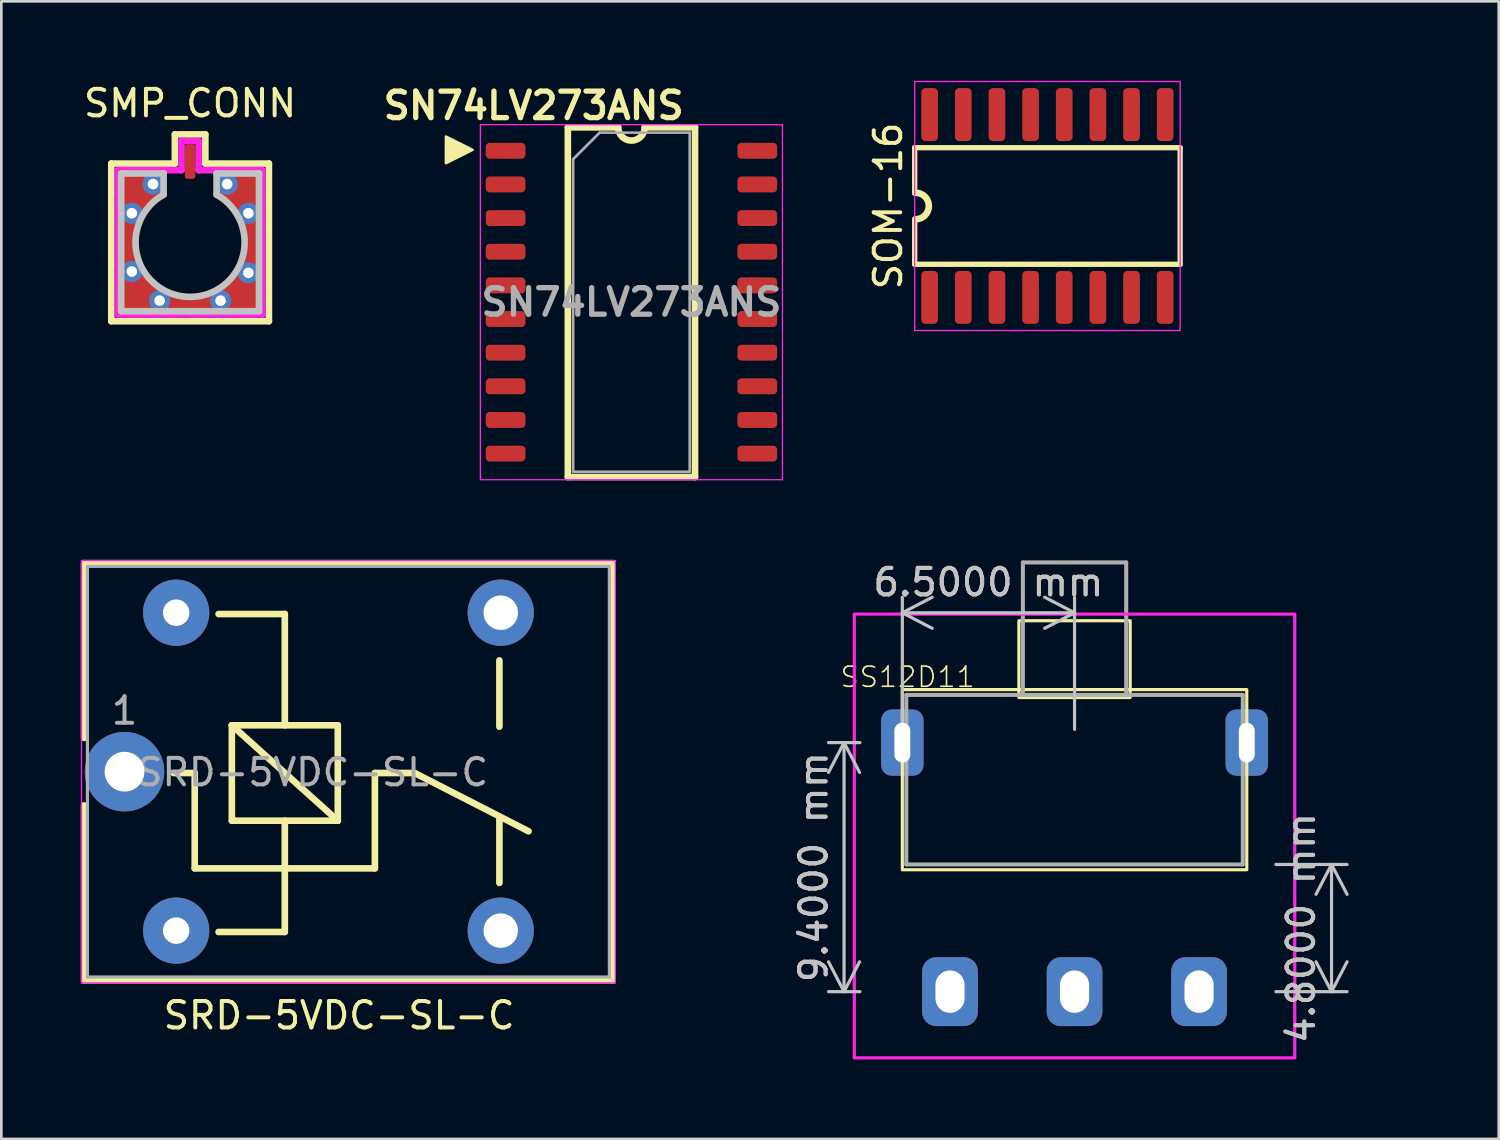
<source format=kicad_pcb>
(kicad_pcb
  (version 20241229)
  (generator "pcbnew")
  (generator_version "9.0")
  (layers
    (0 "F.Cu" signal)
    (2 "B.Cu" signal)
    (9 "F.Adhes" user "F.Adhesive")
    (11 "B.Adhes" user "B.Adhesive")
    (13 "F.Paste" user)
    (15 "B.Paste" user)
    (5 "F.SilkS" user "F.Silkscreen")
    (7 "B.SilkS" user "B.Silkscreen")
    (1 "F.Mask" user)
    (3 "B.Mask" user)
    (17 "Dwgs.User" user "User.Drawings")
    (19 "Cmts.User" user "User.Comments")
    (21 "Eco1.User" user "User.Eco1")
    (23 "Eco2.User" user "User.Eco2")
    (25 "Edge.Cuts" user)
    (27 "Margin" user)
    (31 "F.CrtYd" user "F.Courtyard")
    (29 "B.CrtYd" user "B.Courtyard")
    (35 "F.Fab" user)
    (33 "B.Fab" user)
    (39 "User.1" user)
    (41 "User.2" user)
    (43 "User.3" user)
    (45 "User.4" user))
  (footprint "SS12D11"
    (layer "F.Cu")
    (at 37.508 34.379)
    (property "Reference" "SS12D11" (at -8.89 -11.43 180) (layer "F.SilkS") (effects (font (size 0.76 0.76) (thickness 0.061)) (justify left bottom)))
    (attr through_hole)
    (fp_rect (start -6.5 -11.4) (end 6.5 -4.6) (stroke (width 0.12) (type default)) (fill no) (layer "F.SilkS"))
    (fp_rect (start -2.1 -14) (end 2.1 -11.1) (stroke (width 0.12) (type default)) (fill no) (layer "F.SilkS"))
    (fp_rect (start -8.312 -14.25) (end 8.312 2.5) (stroke (width 0.12) (type default)) (fill no) (layer "F.CrtYd"))
    (fp_line (start -6.35 -11.2) (end -6.35 -4.8) (stroke (width 0.152) (type solid)) (layer "F.Fab"))
    (fp_line (start -6.35 -4.8) (end 6.35 -4.8) (stroke (width 0.152) (type solid)) (layer "F.Fab"))
    (fp_line (start -1.95 -16.2) (end 1.95 -16.2) (stroke (width 0.152) (type solid)) (layer "F.Fab"))
    (fp_line (start -1.95 -11.2) (end -6.35 -11.2) (stroke (width 0.152) (type solid)) (layer "F.Fab"))
    (fp_line (start -1.95 -11.2) (end -1.95 -16.2) (stroke (width 0.152) (type solid)) (layer "F.Fab"))
    (fp_line (start 1.95 -16.2) (end 1.95 -11.2) (stroke (width 0.152) (type solid)) (layer "F.Fab"))
    (fp_line (start 1.95 -11.2) (end -1.95 -11.2) (stroke (width 0.152) (type solid)) (layer "F.Fab"))
    (fp_line (start 6.35 -11.2) (end 1.95 -11.2) (stroke (width 0.152) (type solid)) (layer "F.Fab"))
    (fp_line (start 6.35 -4.8) (end 6.35 -11.2) (stroke (width 0.152) (type solid)) (layer "F.Fab"))
    (dimension (type aligned) (layer "Dwgs.User") (pts (xy 29.908 34.379) (xy 29.908 24.979)) (height -1.1) (format (prefix "") (suffix "") (units 3) (units_format 1) (precision 4)) (style (thickness 0.12) (arrow_length 1.27) (text_position_mode 0) (arrow_direction outward) (extension_height 0.586) (extension_offset 0.5) (keep_text_aligned yes)) (gr_text "9.4000 mm" (at 27.658 29.679 90) (layer "Dwgs.User") (effects (font (size 1 1) (thickness 0.15)))))
    (dimension (type aligned) (layer "Dwgs.User") (pts (xy 44.608 34.379) (xy 44.608 29.579)) (height 2.6) (format (prefix "") (suffix "") (units 3) (units_format 1) (precision 4)) (style (thickness 0.12) (arrow_length 1.27) (text_position_mode 0) (arrow_direction outward) (extension_height 0.586) (extension_offset 0.5) (keep_text_aligned yes)) (gr_text "4.8000 mm" (at 46.058 31.979 90) (layer "Dwgs.User") (effects (font (size 1 1) (thickness 0.15)))))
    (dimension (type aligned) (layer "Dwgs.User") (pts (xy 37.508 24.979) (xy 31.008 24.979)) (height 4.9) (format (prefix "") (suffix "") (units 3) (units_format 1) (precision 4)) (style (thickness 0.12) (arrow_length 1.27) (text_position_mode 0) (arrow_direction outward) (extension_height 0.586) (extension_offset 0.5) (keep_text_aligned yes)) (gr_text "6.5000 mm" (at 34.258 18.929 0) (layer "Dwgs.User") (effects (font (size 1 1) (thickness 0.15)))))
    (pad "1" thru_hole roundrect (at -6.5 -9.4) (size 1.6 2.5) (drill oval 0.6 1.5) (layers "*.Cu" "*.Mask") (roundrect_rratio 0.25))
    (pad "1" thru_hole roundrect (at 6.5 -9.4) (size 1.6 2.5) (drill oval 0.6 1.5) (layers "*.Cu" "*.Mask") (roundrect_rratio 0.25))
    (pad "P1" thru_hole roundrect (at 4.7 0 90) (size 2.6 2.1) (drill oval 1.6 1.1) (layers "*.Cu" "*.Mask") (roundrect_rratio 0.25))
    (pad "P2" thru_hole roundrect (at 0 0 90) (size 2.6 2.1) (drill oval 1.6 1.1) (layers "*.Cu" "*.Mask") (roundrect_rratio 0.25))
    (pad "P3" thru_hole roundrect (at -4.7 0 90) (size 2.6 2.1) (drill oval 1.6 1.1) (layers "*.Cu" "*.Mask") (roundrect_rratio 0.25)))
  (footprint "SRD-5VDC-SL-C"
    (layer "F.Cu")
    (at 1.65 26.076)
    (property "Reference" "SRD-5VDC-SL-C" (at 8.1 9.2 0) (layer "F.SilkS") (effects (font (size 1 1) (thickness 0.15))))
    (attr through_hole)
    (fp_line (start -1.525 -7.87) (end -1.525 -1.275) (stroke (width 0.25) (type solid)) (layer "F.SilkS"))
    (fp_line (start -1.525 -7.87) (end 18.425 -7.87) (stroke (width 0.25) (type solid)) (layer "F.SilkS"))
    (fp_line (start -1.525 1.275) (end -1.525 7.875) (stroke (width 0.25) (type solid)) (layer "F.SilkS"))
    (fp_line (start 2.65 0.05) (end 1.85 0.05) (stroke (width 0.25) (type solid)) (layer "F.SilkS"))
    (fp_line (start 2.65 0.05) (end 2.65 3.65) (stroke (width 0.25) (type solid)) (layer "F.SilkS"))
    (fp_line (start 3.55 6.05) (end 6.05 6.05) (stroke (width 0.25) (type solid)) (layer "F.SilkS"))
    (fp_line (start 4.05 -1.75) (end 8.05 -1.75) (stroke (width 0.25) (type solid)) (layer "F.SilkS"))
    (fp_line (start 4.05 1.85) (end 4.05 -1.75) (stroke (width 0.25) (type solid)) (layer "F.SilkS"))
    (fp_line (start 6.05 -5.95) (end 3.55 -5.95) (stroke (width 0.25) (type solid)) (layer "F.SilkS"))
    (fp_line (start 6.05 -5.95) (end 6.05 -1.75) (stroke (width 0.25) (type solid)) (layer "F.SilkS"))
    (fp_line (start 6.05 1.85) (end 6.05 6.05) (stroke (width 0.25) (type solid)) (layer "F.SilkS"))
    (fp_line (start 8.05 -1.75) (end 8.05 1.85) (stroke (width 0.25) (type solid)) (layer "F.SilkS"))
    (fp_line (start 8.05 1.85) (end 4.05 -1.75) (stroke (width 0.25) (type solid)) (layer "F.SilkS"))
    (fp_line (start 8.05 1.85) (end 4.05 1.85) (stroke (width 0.25) (type solid)) (layer "F.SilkS"))
    (fp_line (start 9.45 0.05) (end 9.45 3.65) (stroke (width 0.25) (type solid)) (layer "F.SilkS"))
    (fp_line (start 9.45 0.05) (end 10.95 0.05) (stroke (width 0.25) (type solid)) (layer "F.SilkS"))
    (fp_line (start 9.45 3.65) (end 2.65 3.65) (stroke (width 0.25) (type solid)) (layer "F.SilkS"))
    (fp_line (start 10.95 0.05) (end 15.25 2.25) (stroke (width 0.25) (type solid)) (layer "F.SilkS"))
    (fp_line (start 14.15 -4.2) (end 14.15 -1.7) (stroke (width 0.25) (type solid)) (layer "F.SilkS"))
    (fp_line (start 14.15 4.2) (end 14.15 1.75) (stroke (width 0.25) (type solid)) (layer "F.SilkS"))
    (fp_line (start 18.425 -7.87) (end 18.425 7.875) (stroke (width 0.25) (type solid)) (layer "F.SilkS"))
    (fp_line (start 18.425 7.875) (end -1.525 7.875) (stroke (width 0.25) (type solid)) (layer "F.SilkS"))
    (fp_line (start -1.625 7.975) (end -1.625 -7.97) (stroke (width 0.05) (type solid)) (layer "F.CrtYd"))
    (fp_line (start -1.625 7.975) (end 18.525 7.975) (stroke (width 0.05) (type solid)) (layer "F.CrtYd"))
    (fp_line (start 18.525 -7.97) (end -1.625 -7.97) (stroke (width 0.05) (type solid)) (layer "F.CrtYd"))
    (fp_line (start 18.525 -7.97) (end 18.525 7.975) (stroke (width 0.05) (type solid)) (layer "F.CrtYd"))
    (fp_line (start -1.4 -7.75) (end 18.3 -7.75) (stroke (width 0.12) (type solid)) (layer "F.Fab"))
    (fp_line (start -1.4 7.75) (end -1.4 -7.75) (stroke (width 0.12) (type solid)) (layer "F.Fab"))
    (fp_line (start 18.3 -7.75) (end 18.3 7.75) (stroke (width 0.12) (type solid)) (layer "F.Fab"))
    (fp_line (start 18.3 7.75) (end -1.4 7.75) (stroke (width 0.12) (type solid)) (layer "F.Fab"))
    (fp_text user "${REFERENCE}" (at 7.1 0.025 0) (layer "F.Fab") (effects (font (size 1 1) (thickness 0.15))))
    (fp_text user "1" (at 0 -2.3 0) (layer "F.Fab") (effects (font (size 1 1) (thickness 0.15))))
    (pad "1" thru_hole circle (at 0 0 90) (size 3 3) (drill 1.5) (layers "*.Cu" "*.Mask"))
    (pad "2" thru_hole circle (at 1.95 6 90) (size 2.5 2.5) (drill 1) (layers "*.Cu" "*.Mask"))
    (pad "3" thru_hole circle (at 14.2 6 90) (size 2.5 2.5) (drill 1.3) (layers "*.Cu" "*.Mask"))
    (pad "4" thru_hole circle (at 14.2 -6 90) (size 2.5 2.5) (drill 1.3) (layers "*.Cu" "*.Mask"))
    (pad "5" thru_hole circle (at 1.95 -6 90) (size 2.5 2.5) (drill 1) (layers "*.Cu" "*.Mask")))
  (footprint "SOM-16"
    (layer "F.Cu")
    (at 36.484 4.725)
    (property "Reference" "SOM-16" (at -6.01 0 90) (layer "F.SilkS") (effects (font (size 1 1) (thickness 0.15))))
    (attr smd)
    (fp_line (start -5.01 -2.2) (end -5.01 -0.475) (stroke (width 0.2) (type solid)) (layer "F.SilkS"))
    (fp_line (start -5.01 -2.2) (end 5.01 -2.2) (stroke (width 0.2) (type solid)) (layer "F.SilkS"))
    (fp_line (start -5.01 2.2) (end -5.01 0.5) (stroke (width 0.2) (type solid)) (layer "F.SilkS"))
    (fp_line (start 5.01 -2.2) (end 5.01 2.2) (stroke (width 0.2) (type solid)) (layer "F.SilkS"))
    (fp_line (start 5.01 2.2) (end -5.01 2.2) (stroke (width 0.2) (type solid)) (layer "F.SilkS"))
    (fp_arc (start -4.975 -0.5) (mid -4.475 0) (end -4.975 0.5) (stroke (width 0.25) (type solid)) (layer "F.SilkS"))
    (fp_line (start -5.01 -4.7) (end 5.01 -4.7) (stroke (width 0.05) (type solid)) (layer "F.CrtYd"))
    (fp_line (start -5.01 4.7) (end -5.01 -4.7) (stroke (width 0.05) (type solid)) (layer "F.CrtYd"))
    (fp_line (start 5.01 -4.7) (end 5.01 4.7) (stroke (width 0.05) (type solid)) (layer "F.CrtYd"))
    (fp_line (start 5.01 4.7) (end -5.01 4.7) (stroke (width 0.05) (type solid)) (layer "F.CrtYd"))
    (pad "1" smd roundrect (at -4.445 3.45) (size 0.63 2) (layers "F.Cu" "F.Mask" "F.Paste") (roundrect_rratio 0.25))
    (pad "2" smd roundrect (at -3.175 3.45) (size 0.63 2) (layers "F.Cu" "F.Mask" "F.Paste") (roundrect_rratio 0.25))
    (pad "3" smd roundrect (at -1.905 3.45) (size 0.63 2) (layers "F.Cu" "F.Mask" "F.Paste") (roundrect_rratio 0.25))
    (pad "4" smd roundrect (at -0.635 3.45) (size 0.63 2) (layers "F.Cu" "F.Mask" "F.Paste") (roundrect_rratio 0.25))
    (pad "5" smd roundrect (at 0.635 3.45) (size 0.63 2) (layers "F.Cu" "F.Mask" "F.Paste") (roundrect_rratio 0.25))
    (pad "6" smd roundrect (at 1.905 3.45) (size 0.63 2) (layers "F.Cu" "F.Mask" "F.Paste") (roundrect_rratio 0.25))
    (pad "7" smd roundrect (at 3.175 3.45) (size 0.63 2) (layers "F.Cu" "F.Mask" "F.Paste") (roundrect_rratio 0.25))
    (pad "8" smd roundrect (at 4.445 3.45) (size 0.63 2) (layers "F.Cu" "F.Mask" "F.Paste") (roundrect_rratio 0.25))
    (pad "9" smd roundrect (at 4.445 -3.45) (size 0.63 2) (layers "F.Cu" "F.Mask" "F.Paste") (roundrect_rratio 0.25))
    (pad "10" smd roundrect (at 3.175 -3.45) (size 0.63 2) (layers "F.Cu" "F.Mask" "F.Paste") (roundrect_rratio 0.25))
    (pad "11" smd roundrect (at 1.905 -3.45) (size 0.63 2) (layers "F.Cu" "F.Mask" "F.Paste") (roundrect_rratio 0.25))
    (pad "12" smd roundrect (at 0.635 -3.45) (size 0.63 2) (layers "F.Cu" "F.Mask" "F.Paste") (roundrect_rratio 0.25))
    (pad "13" smd roundrect (at -0.635 -3.45) (size 0.63 2) (layers "F.Cu" "F.Mask" "F.Paste") (roundrect_rratio 0.25))
    (pad "14" smd roundrect (at -1.905 -3.45) (size 0.63 2) (layers "F.Cu" "F.Mask" "F.Paste") (roundrect_rratio 0.25))
    (pad "15" smd roundrect (at -3.175 -3.45) (size 0.63 2) (layers "F.Cu" "F.Mask" "F.Paste") (roundrect_rratio 0.25))
    (pad "16" smd roundrect (at -4.445 -3.45) (size 0.63 2) (layers "F.Cu" "F.Mask" "F.Paste") (roundrect_rratio 0.25)))
  (footprint "SN74LV273ANS"
    (layer "F.Cu")
    (at 20.783 8.356)
    (property "Reference" "SN74LV273ANS" (at -3.69 -7.42 0) (layer "F.SilkS") (effects (font (size 1 1) (thickness 0.2))))
    (attr smd)
    (fp_line (start -2.4 -6.6) (end -0.5 -6.6) (stroke (width 0.25) (type solid)) (layer "F.SilkS"))
    (fp_line (start -2.4 6.6) (end -2.4 -6.6) (stroke (width 0.25) (type solid)) (layer "F.SilkS"))
    (fp_line (start 0.5 -6.6) (end 2.4 -6.6) (stroke (width 0.25) (type solid)) (layer "F.SilkS"))
    (fp_line (start 2.4 -6.6) (end 2.4 6.6) (stroke (width 0.25) (type solid)) (layer "F.SilkS"))
    (fp_line (start 2.4 6.6) (end -2.4 6.6) (stroke (width 0.25) (type solid)) (layer "F.SilkS"))
    (fp_arc (start 0.5 -6.6) (mid 0 -6.1) (end -0.5 -6.6) (stroke (width 0.25) (type solid)) (layer "F.SilkS"))
    (fp_poly (pts (xy -6 -5.75) (xy -7 -5.25) (xy -7 -6.25)) (stroke (width 0.1) (type solid)) (fill yes) (layer "F.SilkS"))
    (fp_line (start -5.7 -6.7) (end 5.7 -6.7) (stroke (width 0.05) (type solid)) (layer "F.CrtYd"))
    (fp_line (start -5.7 6.7) (end -5.7 -6.7) (stroke (width 0.05) (type solid)) (layer "F.CrtYd"))
    (fp_line (start 5.7 -6.7) (end 5.7 6.7) (stroke (width 0.05) (type solid)) (layer "F.CrtYd"))
    (fp_line (start 5.7 6.7) (end -5.7 6.7) (stroke (width 0.05) (type solid)) (layer "F.CrtYd"))
    (fp_line (start -2.2 -5.4) (end -1.2 -6.4) (stroke (width 0.1) (type solid)) (layer "F.Fab"))
    (fp_line (start -2.2 6.4) (end -2.2 -5.4) (stroke (width 0.1) (type solid)) (layer "F.Fab"))
    (fp_line (start -1.2 -6.4) (end 2.2 -6.4) (stroke (width 0.1) (type solid)) (layer "F.Fab"))
    (fp_line (start 2.2 -6.4) (end 2.2 6.4) (stroke (width 0.1) (type solid)) (layer "F.Fab"))
    (fp_line (start 2.2 6.4) (end -2.2 6.4) (stroke (width 0.1) (type solid)) (layer "F.Fab"))
    (fp_text user "${REFERENCE}" (at 0 0 0) (layer "F.Fab") (effects (font (size 1 1) (thickness 0.2))))
    (pad "1" smd roundrect (at -4.75 -5.715) (size 1.5 0.6) (layers "F.Cu" "F.Mask" "F.Paste") (roundrect_rratio 0.25))
    (pad "2" smd roundrect (at -4.75 -4.445) (size 1.5 0.6) (layers "F.Cu" "F.Mask" "F.Paste") (roundrect_rratio 0.25))
    (pad "3" smd roundrect (at -4.75 -3.175) (size 1.5 0.6) (layers "F.Cu" "F.Mask" "F.Paste") (roundrect_rratio 0.25))
    (pad "4" smd roundrect (at -4.75 -1.905) (size 1.5 0.6) (layers "F.Cu" "F.Mask" "F.Paste") (roundrect_rratio 0.25))
    (pad "5" smd roundrect (at -4.75 -0.635) (size 1.5 0.6) (layers "F.Cu" "F.Mask" "F.Paste") (roundrect_rratio 0.25))
    (pad "6" smd roundrect (at -4.75 0.635) (size 1.5 0.6) (layers "F.Cu" "F.Mask" "F.Paste") (roundrect_rratio 0.25))
    (pad "7" smd roundrect (at -4.75 1.905) (size 1.5 0.6) (layers "F.Cu" "F.Mask" "F.Paste") (roundrect_rratio 0.25))
    (pad "8" smd roundrect (at -4.75 3.175) (size 1.5 0.6) (layers "F.Cu" "F.Mask" "F.Paste") (roundrect_rratio 0.25))
    (pad "9" smd roundrect (at -4.75 4.445) (size 1.5 0.6) (layers "F.Cu" "F.Mask" "F.Paste") (roundrect_rratio 0.25))
    (pad "10" smd roundrect (at -4.75 5.715) (size 1.5 0.6) (layers "F.Cu" "F.Mask" "F.Paste") (roundrect_rratio 0.25))
    (pad "11" smd roundrect (at 4.75 5.715) (size 1.5 0.6) (layers "F.Cu" "F.Mask" "F.Paste") (roundrect_rratio 0.25))
    (pad "12" smd roundrect (at 4.75 4.445) (size 1.5 0.6) (layers "F.Cu" "F.Mask" "F.Paste") (roundrect_rratio 0.25))
    (pad "13" smd roundrect (at 4.75 3.175) (size 1.5 0.6) (layers "F.Cu" "F.Mask" "F.Paste") (roundrect_rratio 0.25))
    (pad "14" smd roundrect (at 4.75 1.905) (size 1.5 0.6) (layers "F.Cu" "F.Mask" "F.Paste") (roundrect_rratio 0.25))
    (pad "15" smd roundrect (at 4.75 0.635) (size 1.5 0.6) (layers "F.Cu" "F.Mask" "F.Paste") (roundrect_rratio 0.25))
    (pad "16" smd roundrect (at 4.75 -0.635) (size 1.5 0.6) (layers "F.Cu" "F.Mask" "F.Paste") (roundrect_rratio 0.25))
    (pad "17" smd roundrect (at 4.75 -1.905) (size 1.5 0.6) (layers "F.Cu" "F.Mask" "F.Paste") (roundrect_rratio 0.25))
    (pad "18" smd roundrect (at 4.75 -3.175) (size 1.5 0.6) (layers "F.Cu" "F.Mask" "F.Paste") (roundrect_rratio 0.25))
    (pad "19" smd roundrect (at 4.75 -4.445) (size 1.5 0.6) (layers "F.Cu" "F.Mask" "F.Paste") (roundrect_rratio 0.25))
    (pad "20" smd roundrect (at 4.75 -5.715) (size 1.5 0.6) (layers "F.Cu" "F.Mask" "F.Paste") (roundrect_rratio 0.25)))
  (footprint "SMP_CONN"
    (layer "F.Cu")
    (at 4.125 6.098)
    (property "Reference" "SMP_CONN" (at 0 -5.25 0) (layer "F.SilkS") (effects (font (size 1 1) (thickness 0.15))))
    (attr through_hole)
    (fp_line (start -2.975 -2.975) (end -0.575 -2.975) (stroke (width 0.25) (type solid)) (layer "F.SilkS"))
    (fp_line (start -2.975 2.975) (end -2.975 -2.975) (stroke (width 0.25) (type solid)) (layer "F.SilkS"))
    (fp_line (start -0.575 -4.075) (end 0.575 -4.075) (stroke (width 0.25) (type solid)) (layer "F.SilkS"))
    (fp_line (start -0.575 -2.975) (end -0.575 -4.075) (stroke (width 0.25) (type solid)) (layer "F.SilkS"))
    (fp_line (start 0.575 -2.975) (end 0.575 -4.075) (stroke (width 0.25) (type solid)) (layer "F.SilkS"))
    (fp_line (start 0.575 -2.975) (end 2.975 -2.975) (stroke (width 0.25) (type solid)) (layer "F.SilkS"))
    (fp_line (start 2.975 -2.975) (end 2.975 2.975) (stroke (width 0.25) (type solid)) (layer "F.SilkS"))
    (fp_line (start 2.975 2.975) (end -2.975 2.975) (stroke (width 0.25) (type solid)) (layer "F.SilkS"))
    (fp_line (start -2.6 -2.6) (end -2.6 2.6) (stroke (width 0.25) (type solid)) (layer "Dwgs.User"))
    (fp_line (start -2.6 -2.6) (end -1 -2.6) (stroke (width 0.25) (type solid)) (layer "Dwgs.User"))
    (fp_line (start -2.6 2.6) (end 0 2.6) (stroke (width 0.25) (type solid)) (layer "Dwgs.User"))
    (fp_line (start -1 -2.6) (end -1 -1.8) (stroke (width 0.25) (type solid)) (layer "Dwgs.User"))
    (fp_line (start 1 -2.6) (end 1 -1.8) (stroke (width 0.25) (type solid)) (layer "Dwgs.User"))
    (fp_line (start 1 -2.6) (end 2.6 -2.6) (stroke (width 0.25) (type solid)) (layer "Dwgs.User"))
    (fp_line (start 2.6 2.6) (end 0 2.6) (stroke (width 0.25) (type solid)) (layer "Dwgs.User"))
    (fp_line (start 2.6 2.6) (end 2.6 -2.6) (stroke (width 0.25) (type solid)) (layer "Dwgs.User"))
    (fp_arc (start 0.999711 -1.800161) (mid 0.000165 2.059126) (end -1 -1.8) (stroke (width 0.25) (type solid)) (layer "Dwgs.User"))
    (fp_line (start -2.725 -2.725) (end -0.325 -2.725) (stroke (width 0.25) (type solid)) (layer "F.CrtYd"))
    (fp_line (start -2.725 2.725) (end -2.725 -2.725) (stroke (width 0.25) (type solid)) (layer "F.CrtYd"))
    (fp_line (start -0.325 -3.825) (end 0.325 -3.825) (stroke (width 0.25) (type solid)) (layer "F.CrtYd"))
    (fp_line (start -0.325 -2.725) (end -0.325 -3.825) (stroke (width 0.25) (type solid)) (layer "F.CrtYd"))
    (fp_line (start 0.325 -3.825) (end 0.325 -2.775) (stroke (width 0.25) (type solid)) (layer "F.CrtYd"))
    (fp_line (start 0.325 -2.775) (end 0.325 -2.725) (stroke (width 0.25) (type solid)) (layer "F.CrtYd"))
    (fp_line (start 0.325 -2.725) (end 2.725 -2.725) (stroke (width 0.25) (type solid)) (layer "F.CrtYd"))
    (fp_line (start 2.725 -2.725) (end 2.725 2.725) (stroke (width 0.25) (type solid)) (layer "F.CrtYd"))
    (fp_line (start 2.725 2.725) (end -2.725 2.725) (stroke (width 0.25) (type solid)) (layer "F.CrtYd"))
    (pad "1" connect roundrect (at 0 -3.05) (size 0.4 1.3) (layers "F.Cu" "F.Mask") (roundrect_rratio 0.25))
    (pad "2" thru_hole circle (at -2.2 -1.1) (size 0.8 0.8) (drill 0.4) (layers "*.Cu" "*.Mask"))
    (pad "2" thru_hole circle (at -2.2 1.1) (size 0.8 0.8) (drill 0.4) (layers "*.Cu" "*.Mask"))
    (pad "2" connect custom (at -2.1 -2.2) (size 0.5 0.5) (layers "F.Cu" "F.Mask") (options (anchor rect)) (primitives (gr_poly (pts (xy 4.7 -0.4) (xy 4.7 4.8) (xy -0.5 4.8) (xy -0.5 -0.4) (xy 1.1 -0.4) (xy 1.1 0.4) (xy 0.95 0.5) (xy 0.825 0.6) (xy 0.7 0.7) (xy 0.55 0.85) (xy 0.35 1.1) (xy 0.2 1.4) (xy 0.15 1.55) (xy 0.1 1.75) (xy 0.087 1.8) (xy 0.05 2.05) (xy 0.05 2.2) (xy 0.1 2.7) (xy 0.3 3.2) (xy 0.6 3.6) (xy 1 3.95) (xy 1.45 4.15) (xy 1.9 4.25) (xy 2.1 4.25) (xy 2.25 4.25) (xy 2.6 4.2) (xy 3 4.05) (xy 3.2 3.95) (xy 3.4 3.8) (xy 3.65 3.55) (xy 3.85 3.3) (xy 4 3) (xy 4.075 2.75) (xy 4.15 2.45) (xy 4.15 2.3) (xy 4.15 2.075) (xy 4.15 1.85) (xy 4.1 1.65) (xy 4 1.425) (xy 3.9 1.2) (xy 3.7 0.9) (xy 3.6 0.8) (xy 3.3 0.55) (xy 3.1 0.4) (xy 3.1 -0.4)) (width 0) (fill yes))))
    (pad "2" thru_hole circle (at -1.4 -2.2) (size 0.8 0.8) (drill 0.4) (layers "*.Cu" "*.Mask"))
    (pad "2" thru_hole circle (at -1.15 2.2) (size 0.8 0.8) (drill 0.4) (layers "*.Cu" "*.Mask"))
    (pad "2" thru_hole circle (at 1.15 2.2) (size 0.8 0.8) (drill 0.4) (layers "*.Cu" "*.Mask"))
    (pad "2" thru_hole circle (at 1.4 -2.2) (size 0.8 0.8) (drill 0.4) (layers "*.Cu" "*.Mask"))
    (pad "2" thru_hole circle (at 2.2 -1.1) (size 0.8 0.8) (drill 0.4) (layers "*.Cu" "*.Mask"))
    (pad "2" thru_hole circle (at 2.2 1.15) (size 0.8 0.8) (drill 0.4) (layers "*.Cu" "*.Mask")))
  (gr_rect
    (start -3 -3)
    (end 53.517 39.939)
    (stroke (width 0.1) (type default))
    (fill no)
    (layer "Edge.Cuts")))
</source>
